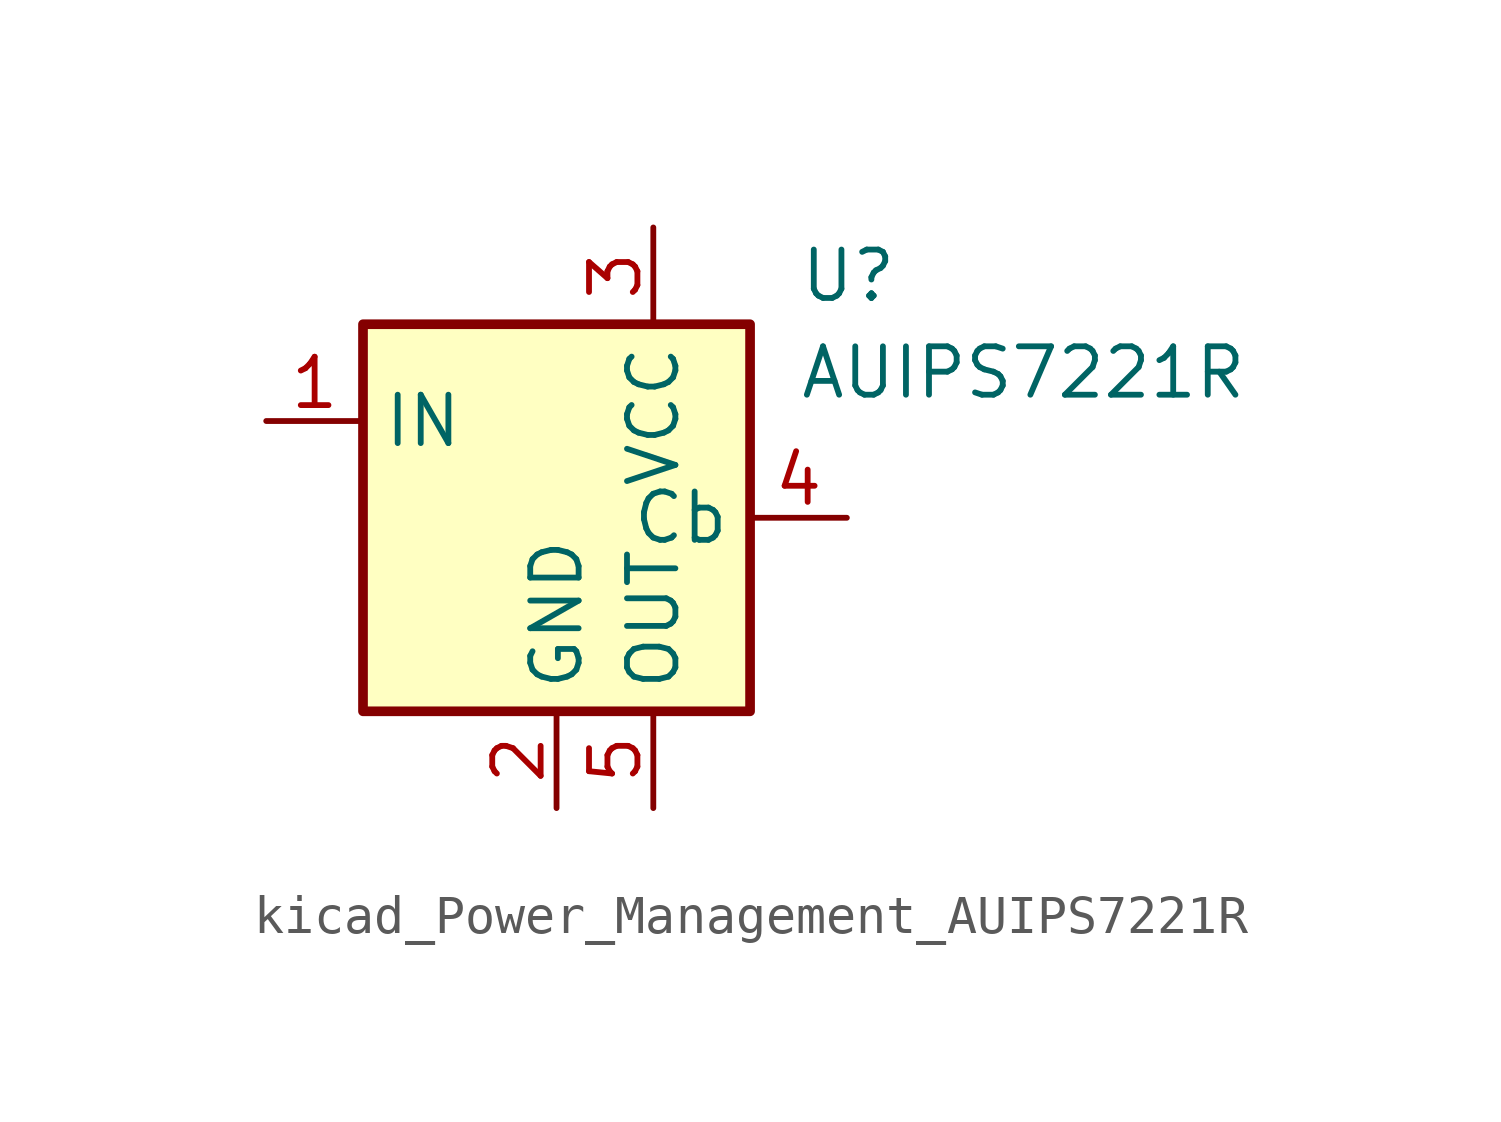
<source format=kicad_sym>
(kicad_symbol_lib
  (version 20220914)
  (generator kicad_symbol_editor)
  (symbol "kicad_Power_Management_AUIPS7221R"
    (property "Reference" "U"
      (at 3.81 6.35 0)
      (effects (font (size 1.27 1.27)) (justify left)))
    (property "Value" "AUIPS7221R"
      (at 3.81 3.81 0)
      (effects (font (size 1.27 1.27)) (justify left)))
    (symbol "kicad_Power_Management_AUIPS7221R_0_1"
      (rectangle (start -7.62 5.08) (end 2.54 -5.08) (stroke (width 0.254) (type default)) (fill (type background))))
    (symbol "kicad_Power_Management_AUIPS7221R_1_1"
      (pin input line (at -10.16 2.54 0) (length 2.54) (name "IN" (effects (font (size 1.27 1.27)))) (number "1" (effects (font (size 1.27 1.27)))))
      (pin power_in line (at -2.54 -7.62 90) (length 2.54) (name "GND" (effects (font (size 1.27 1.27)))) (number "2" (effects (font (size 1.27 1.27)))))
      (pin power_in line (at 0 7.62 270) (length 2.54) (name "VCC" (effects (font (size 1.27 1.27)))) (number "3" (effects (font (size 1.27 1.27)))))
      (pin passive line (at 5.08 0 180) (length 2.54) (name "Cb" (effects (font (size 1.27 1.27)))) (number "4" (effects (font (size 1.27 1.27)))))
      (pin power_out line (at 0 -7.62 90) (length 2.54) (name "OUT" (effects (font (size 1.27 1.27)))) (number "5" (effects (font (size 1.27 1.27))))))))
</source>
